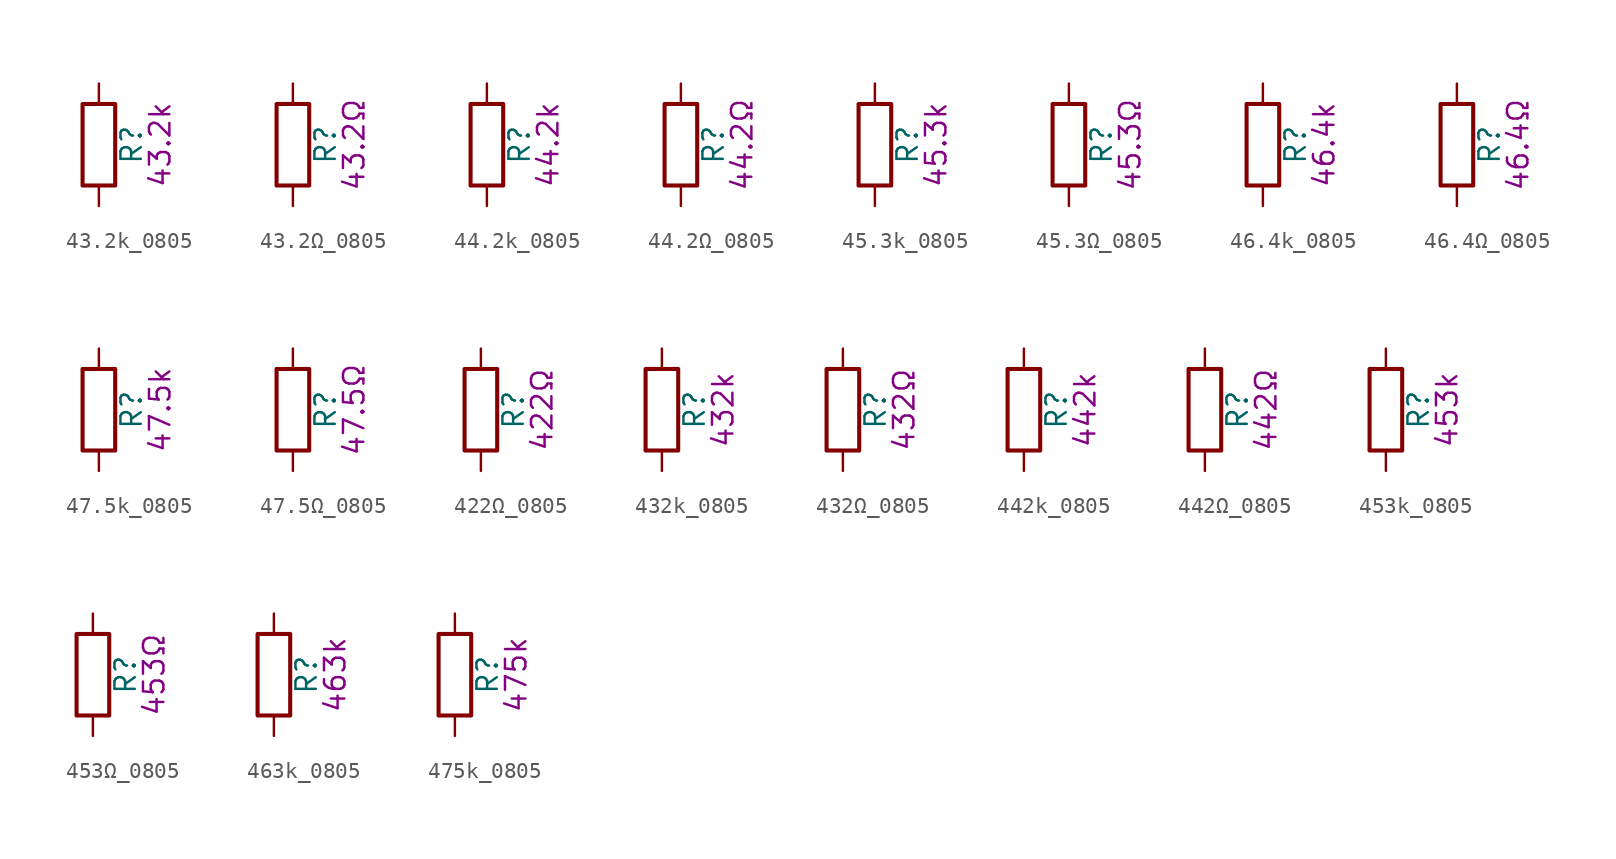
<source format=kicad_sym>
(kicad_symbol_lib
  (version 20211014)
  (generator kicad_symbol_editor)
  (symbol "43.2k_0805"
    (pin_numbers hide)
    (pin_names
      (offset 0))
    (property "Reference" "R"
      (at 2.032 0 90)
      (effects (font (size 1.27 1.27))))
    (property "Display" "43.2k"
      (at 3.81 0 90)
      (effects (font (size 1.27 1.27))))
    (symbol "43.2k_0805_0_1"
      (rectangle (start -1.016 -2.54) (end 1.016 2.54) (stroke (width 0.254) (type default) (color 0 0 0 0)) (fill (type none))))
    (symbol "43.2k_0805_1_1"
      (pin passive line (at 0 3.81 270) (length 1.27) (name "~" (effects (font (size 1.27 1.27)))) (number "1" (effects (font (size 1.27 1.27)))))
      (pin passive line (at 0 -3.81 90) (length 1.27) (name "~" (effects (font (size 1.27 1.27)))) (number "2" (effects (font (size 1.27 1.27)))))))
  (symbol "43.2Ω_0805"
    (pin_numbers hide)
    (pin_names
      (offset 0))
    (property "Reference" "R"
      (at 2.032 0 90)
      (effects (font (size 1.27 1.27))))
    (property "Display" "43.2Ω"
      (at 3.81 0 90)
      (effects (font (size 1.27 1.27))))
    (symbol "43.2Ω_0805_0_1"
      (rectangle (start -1.016 -2.54) (end 1.016 2.54) (stroke (width 0.254) (type default) (color 0 0 0 0)) (fill (type none))))
    (symbol "43.2Ω_0805_1_1"
      (pin passive line (at 0 3.81 270) (length 1.27) (name "~" (effects (font (size 1.27 1.27)))) (number "1" (effects (font (size 1.27 1.27)))))
      (pin passive line (at 0 -3.81 90) (length 1.27) (name "~" (effects (font (size 1.27 1.27)))) (number "2" (effects (font (size 1.27 1.27)))))))
  (symbol "44.2k_0805"
    (pin_numbers hide)
    (pin_names
      (offset 0))
    (property "Reference" "R"
      (at 2.032 0 90)
      (effects (font (size 1.27 1.27))))
    (property "Display" "44.2k"
      (at 3.81 0 90)
      (effects (font (size 1.27 1.27))))
    (symbol "44.2k_0805_0_1"
      (rectangle (start -1.016 -2.54) (end 1.016 2.54) (stroke (width 0.254) (type default) (color 0 0 0 0)) (fill (type none))))
    (symbol "44.2k_0805_1_1"
      (pin passive line (at 0 3.81 270) (length 1.27) (name "~" (effects (font (size 1.27 1.27)))) (number "1" (effects (font (size 1.27 1.27)))))
      (pin passive line (at 0 -3.81 90) (length 1.27) (name "~" (effects (font (size 1.27 1.27)))) (number "2" (effects (font (size 1.27 1.27)))))))
  (symbol "44.2Ω_0805"
    (pin_numbers hide)
    (pin_names
      (offset 0))
    (property "Reference" "R"
      (at 2.032 0 90)
      (effects (font (size 1.27 1.27))))
    (property "Display" "44.2Ω"
      (at 3.81 0 90)
      (effects (font (size 1.27 1.27))))
    (symbol "44.2Ω_0805_0_1"
      (rectangle (start -1.016 -2.54) (end 1.016 2.54) (stroke (width 0.254) (type default) (color 0 0 0 0)) (fill (type none))))
    (symbol "44.2Ω_0805_1_1"
      (pin passive line (at 0 3.81 270) (length 1.27) (name "~" (effects (font (size 1.27 1.27)))) (number "1" (effects (font (size 1.27 1.27)))))
      (pin passive line (at 0 -3.81 90) (length 1.27) (name "~" (effects (font (size 1.27 1.27)))) (number "2" (effects (font (size 1.27 1.27)))))))
  (symbol "45.3k_0805"
    (pin_numbers hide)
    (pin_names
      (offset 0))
    (property "Reference" "R"
      (at 2.032 0 90)
      (effects (font (size 1.27 1.27))))
    (property "Display" "45.3k"
      (at 3.81 0 90)
      (effects (font (size 1.27 1.27))))
    (symbol "45.3k_0805_0_1"
      (rectangle (start -1.016 -2.54) (end 1.016 2.54) (stroke (width 0.254) (type default) (color 0 0 0 0)) (fill (type none))))
    (symbol "45.3k_0805_1_1"
      (pin passive line (at 0 3.81 270) (length 1.27) (name "~" (effects (font (size 1.27 1.27)))) (number "1" (effects (font (size 1.27 1.27)))))
      (pin passive line (at 0 -3.81 90) (length 1.27) (name "~" (effects (font (size 1.27 1.27)))) (number "2" (effects (font (size 1.27 1.27)))))))
  (symbol "45.3Ω_0805"
    (pin_numbers hide)
    (pin_names
      (offset 0))
    (property "Reference" "R"
      (at 2.032 0 90)
      (effects (font (size 1.27 1.27))))
    (property "Display" "45.3Ω"
      (at 3.81 0 90)
      (effects (font (size 1.27 1.27))))
    (symbol "45.3Ω_0805_0_1"
      (rectangle (start -1.016 -2.54) (end 1.016 2.54) (stroke (width 0.254) (type default) (color 0 0 0 0)) (fill (type none))))
    (symbol "45.3Ω_0805_1_1"
      (pin passive line (at 0 3.81 270) (length 1.27) (name "~" (effects (font (size 1.27 1.27)))) (number "1" (effects (font (size 1.27 1.27)))))
      (pin passive line (at 0 -3.81 90) (length 1.27) (name "~" (effects (font (size 1.27 1.27)))) (number "2" (effects (font (size 1.27 1.27)))))))
  (symbol "46.4k_0805"
    (pin_numbers hide)
    (pin_names
      (offset 0))
    (property "Reference" "R"
      (at 2.032 0 90)
      (effects (font (size 1.27 1.27))))
    (property "Display" "46.4k"
      (at 3.81 0 90)
      (effects (font (size 1.27 1.27))))
    (symbol "46.4k_0805_0_1"
      (rectangle (start -1.016 -2.54) (end 1.016 2.54) (stroke (width 0.254) (type default) (color 0 0 0 0)) (fill (type none))))
    (symbol "46.4k_0805_1_1"
      (pin passive line (at 0 3.81 270) (length 1.27) (name "~" (effects (font (size 1.27 1.27)))) (number "1" (effects (font (size 1.27 1.27)))))
      (pin passive line (at 0 -3.81 90) (length 1.27) (name "~" (effects (font (size 1.27 1.27)))) (number "2" (effects (font (size 1.27 1.27)))))))
  (symbol "46.4Ω_0805"
    (pin_numbers hide)
    (pin_names
      (offset 0))
    (property "Reference" "R"
      (at 2.032 0 90)
      (effects (font (size 1.27 1.27))))
    (property "Display" "46.4Ω"
      (at 3.81 0 90)
      (effects (font (size 1.27 1.27))))
    (symbol "46.4Ω_0805_0_1"
      (rectangle (start -1.016 -2.54) (end 1.016 2.54) (stroke (width 0.254) (type default) (color 0 0 0 0)) (fill (type none))))
    (symbol "46.4Ω_0805_1_1"
      (pin passive line (at 0 3.81 270) (length 1.27) (name "~" (effects (font (size 1.27 1.27)))) (number "1" (effects (font (size 1.27 1.27)))))
      (pin passive line (at 0 -3.81 90) (length 1.27) (name "~" (effects (font (size 1.27 1.27)))) (number "2" (effects (font (size 1.27 1.27)))))))
  (symbol "47.5k_0805"
    (pin_numbers hide)
    (pin_names
      (offset 0))
    (property "Reference" "R"
      (at 2.032 0 90)
      (effects (font (size 1.27 1.27))))
    (property "Display" "47.5k"
      (at 3.81 0 90)
      (effects (font (size 1.27 1.27))))
    (symbol "47.5k_0805_0_1"
      (rectangle (start -1.016 -2.54) (end 1.016 2.54) (stroke (width 0.254) (type default) (color 0 0 0 0)) (fill (type none))))
    (symbol "47.5k_0805_1_1"
      (pin passive line (at 0 3.81 270) (length 1.27) (name "~" (effects (font (size 1.27 1.27)))) (number "1" (effects (font (size 1.27 1.27)))))
      (pin passive line (at 0 -3.81 90) (length 1.27) (name "~" (effects (font (size 1.27 1.27)))) (number "2" (effects (font (size 1.27 1.27)))))))
  (symbol "47.5Ω_0805"
    (pin_numbers hide)
    (pin_names
      (offset 0))
    (property "Reference" "R"
      (at 2.032 0 90)
      (effects (font (size 1.27 1.27))))
    (property "Display" "47.5Ω"
      (at 3.81 0 90)
      (effects (font (size 1.27 1.27))))
    (symbol "47.5Ω_0805_0_1"
      (rectangle (start -1.016 -2.54) (end 1.016 2.54) (stroke (width 0.254) (type default) (color 0 0 0 0)) (fill (type none))))
    (symbol "47.5Ω_0805_1_1"
      (pin passive line (at 0 3.81 270) (length 1.27) (name "~" (effects (font (size 1.27 1.27)))) (number "1" (effects (font (size 1.27 1.27)))))
      (pin passive line (at 0 -3.81 90) (length 1.27) (name "~" (effects (font (size 1.27 1.27)))) (number "2" (effects (font (size 1.27 1.27)))))))
  (symbol "422Ω_0805"
    (pin_numbers hide)
    (pin_names
      (offset 0))
    (property "Reference" "R"
      (at 2.032 0 90)
      (effects (font (size 1.27 1.27))))
    (property "Display" "422Ω"
      (at 3.81 0 90)
      (effects (font (size 1.27 1.27))))
    (symbol "422Ω_0805_0_1"
      (rectangle (start -1.016 -2.54) (end 1.016 2.54) (stroke (width 0.254) (type default) (color 0 0 0 0)) (fill (type none))))
    (symbol "422Ω_0805_1_1"
      (pin passive line (at 0 3.81 270) (length 1.27) (name "~" (effects (font (size 1.27 1.27)))) (number "1" (effects (font (size 1.27 1.27)))))
      (pin passive line (at 0 -3.81 90) (length 1.27) (name "~" (effects (font (size 1.27 1.27)))) (number "2" (effects (font (size 1.27 1.27)))))))
  (symbol "432k_0805"
    (pin_numbers hide)
    (pin_names
      (offset 0))
    (property "Reference" "R"
      (at 2.032 0 90)
      (effects (font (size 1.27 1.27))))
    (property "Display" "432k"
      (at 3.81 0 90)
      (effects (font (size 1.27 1.27))))
    (symbol "432k_0805_0_1"
      (rectangle (start -1.016 -2.54) (end 1.016 2.54) (stroke (width 0.254) (type default) (color 0 0 0 0)) (fill (type none))))
    (symbol "432k_0805_1_1"
      (pin passive line (at 0 3.81 270) (length 1.27) (name "~" (effects (font (size 1.27 1.27)))) (number "1" (effects (font (size 1.27 1.27)))))
      (pin passive line (at 0 -3.81 90) (length 1.27) (name "~" (effects (font (size 1.27 1.27)))) (number "2" (effects (font (size 1.27 1.27)))))))
  (symbol "432Ω_0805"
    (pin_numbers hide)
    (pin_names
      (offset 0))
    (property "Reference" "R"
      (at 2.032 0 90)
      (effects (font (size 1.27 1.27))))
    (property "Display" "432Ω"
      (at 3.81 0 90)
      (effects (font (size 1.27 1.27))))
    (symbol "432Ω_0805_0_1"
      (rectangle (start -1.016 -2.54) (end 1.016 2.54) (stroke (width 0.254) (type default) (color 0 0 0 0)) (fill (type none))))
    (symbol "432Ω_0805_1_1"
      (pin passive line (at 0 3.81 270) (length 1.27) (name "~" (effects (font (size 1.27 1.27)))) (number "1" (effects (font (size 1.27 1.27)))))
      (pin passive line (at 0 -3.81 90) (length 1.27) (name "~" (effects (font (size 1.27 1.27)))) (number "2" (effects (font (size 1.27 1.27)))))))
  (symbol "442k_0805"
    (pin_numbers hide)
    (pin_names
      (offset 0))
    (property "Reference" "R"
      (at 2.032 0 90)
      (effects (font (size 1.27 1.27))))
    (property "Display" "442k"
      (at 3.81 0 90)
      (effects (font (size 1.27 1.27))))
    (symbol "442k_0805_0_1"
      (rectangle (start -1.016 -2.54) (end 1.016 2.54) (stroke (width 0.254) (type default) (color 0 0 0 0)) (fill (type none))))
    (symbol "442k_0805_1_1"
      (pin passive line (at 0 3.81 270) (length 1.27) (name "~" (effects (font (size 1.27 1.27)))) (number "1" (effects (font (size 1.27 1.27)))))
      (pin passive line (at 0 -3.81 90) (length 1.27) (name "~" (effects (font (size 1.27 1.27)))) (number "2" (effects (font (size 1.27 1.27)))))))
  (symbol "442Ω_0805"
    (pin_numbers hide)
    (pin_names
      (offset 0))
    (property "Reference" "R"
      (at 2.032 0 90)
      (effects (font (size 1.27 1.27))))
    (property "Display" "442Ω"
      (at 3.81 0 90)
      (effects (font (size 1.27 1.27))))
    (symbol "442Ω_0805_0_1"
      (rectangle (start -1.016 -2.54) (end 1.016 2.54) (stroke (width 0.254) (type default) (color 0 0 0 0)) (fill (type none))))
    (symbol "442Ω_0805_1_1"
      (pin passive line (at 0 3.81 270) (length 1.27) (name "~" (effects (font (size 1.27 1.27)))) (number "1" (effects (font (size 1.27 1.27)))))
      (pin passive line (at 0 -3.81 90) (length 1.27) (name "~" (effects (font (size 1.27 1.27)))) (number "2" (effects (font (size 1.27 1.27)))))))
  (symbol "453k_0805"
    (pin_numbers hide)
    (pin_names
      (offset 0))
    (property "Reference" "R"
      (at 2.032 0 90)
      (effects (font (size 1.27 1.27))))
    (property "Display" "453k"
      (at 3.81 0 90)
      (effects (font (size 1.27 1.27))))
    (symbol "453k_0805_0_1"
      (rectangle (start -1.016 -2.54) (end 1.016 2.54) (stroke (width 0.254) (type default) (color 0 0 0 0)) (fill (type none))))
    (symbol "453k_0805_1_1"
      (pin passive line (at 0 3.81 270) (length 1.27) (name "~" (effects (font (size 1.27 1.27)))) (number "1" (effects (font (size 1.27 1.27)))))
      (pin passive line (at 0 -3.81 90) (length 1.27) (name "~" (effects (font (size 1.27 1.27)))) (number "2" (effects (font (size 1.27 1.27)))))))
  (symbol "453Ω_0805"
    (pin_numbers hide)
    (pin_names
      (offset 0))
    (property "Reference" "R"
      (at 2.032 0 90)
      (effects (font (size 1.27 1.27))))
    (property "Display" "453Ω"
      (at 3.81 0 90)
      (effects (font (size 1.27 1.27))))
    (symbol "453Ω_0805_0_1"
      (rectangle (start -1.016 -2.54) (end 1.016 2.54) (stroke (width 0.254) (type default) (color 0 0 0 0)) (fill (type none))))
    (symbol "453Ω_0805_1_1"
      (pin passive line (at 0 3.81 270) (length 1.27) (name "~" (effects (font (size 1.27 1.27)))) (number "1" (effects (font (size 1.27 1.27)))))
      (pin passive line (at 0 -3.81 90) (length 1.27) (name "~" (effects (font (size 1.27 1.27)))) (number "2" (effects (font (size 1.27 1.27)))))))
  (symbol "463k_0805"
    (pin_numbers hide)
    (pin_names
      (offset 0))
    (property "Reference" "R"
      (at 2.032 0 90)
      (effects (font (size 1.27 1.27))))
    (property "Display" "463k"
      (at 3.81 0 90)
      (effects (font (size 1.27 1.27))))
    (symbol "463k_0805_0_1"
      (rectangle (start -1.016 -2.54) (end 1.016 2.54) (stroke (width 0.254) (type default) (color 0 0 0 0)) (fill (type none))))
    (symbol "463k_0805_1_1"
      (pin passive line (at 0 3.81 270) (length 1.27) (name "~" (effects (font (size 1.27 1.27)))) (number "1" (effects (font (size 1.27 1.27)))))
      (pin passive line (at 0 -3.81 90) (length 1.27) (name "~" (effects (font (size 1.27 1.27)))) (number "2" (effects (font (size 1.27 1.27)))))))
  (symbol "475k_0805"
    (pin_numbers hide)
    (pin_names
      (offset 0))
    (property "Reference" "R"
      (at 2.032 0 90)
      (effects (font (size 1.27 1.27))))
    (property "Display" "475k"
      (at 3.81 0 90)
      (effects (font (size 1.27 1.27))))
    (symbol "475k_0805_0_1"
      (rectangle (start -1.016 -2.54) (end 1.016 2.54) (stroke (width 0.254) (type default) (color 0 0 0 0)) (fill (type none))))
    (symbol "475k_0805_1_1"
      (pin passive line (at 0 3.81 270) (length 1.27) (name "~" (effects (font (size 1.27 1.27)))) (number "1" (effects (font (size 1.27 1.27)))))
      (pin passive line (at 0 -3.81 90) (length 1.27) (name "~" (effects (font (size 1.27 1.27)))) (number "2" (effects (font (size 1.27 1.27))))))))
</source>
